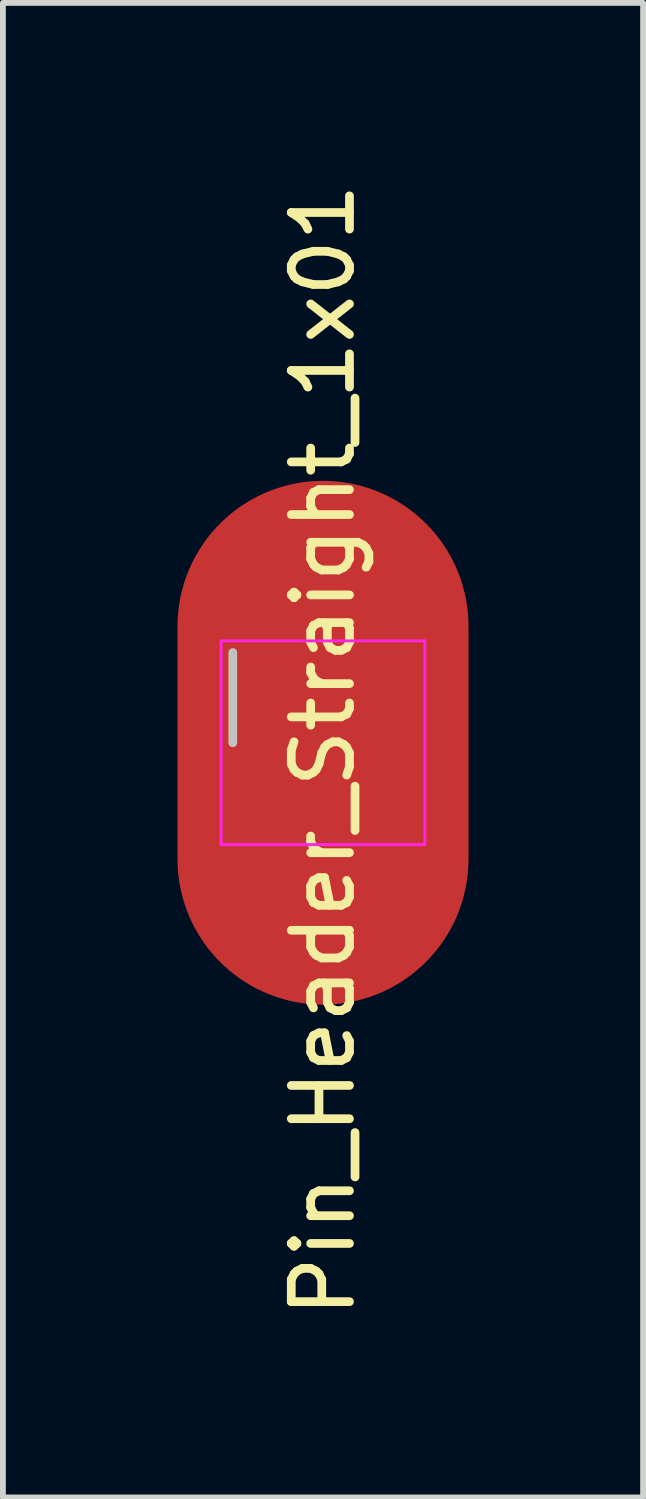
<source format=kicad_pcb>
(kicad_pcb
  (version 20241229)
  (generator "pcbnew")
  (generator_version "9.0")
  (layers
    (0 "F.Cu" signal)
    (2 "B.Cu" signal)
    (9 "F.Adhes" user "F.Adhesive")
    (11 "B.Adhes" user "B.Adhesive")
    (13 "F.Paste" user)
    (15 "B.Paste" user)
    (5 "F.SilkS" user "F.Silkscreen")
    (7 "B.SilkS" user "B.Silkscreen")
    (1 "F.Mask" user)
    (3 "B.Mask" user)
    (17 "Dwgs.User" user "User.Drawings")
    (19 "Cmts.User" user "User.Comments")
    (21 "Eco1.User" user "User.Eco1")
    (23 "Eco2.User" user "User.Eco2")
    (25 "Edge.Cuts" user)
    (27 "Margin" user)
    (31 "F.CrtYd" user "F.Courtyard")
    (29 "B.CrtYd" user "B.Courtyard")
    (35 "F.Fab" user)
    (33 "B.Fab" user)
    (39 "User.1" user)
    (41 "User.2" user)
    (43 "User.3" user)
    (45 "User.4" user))
  (footprint "Pin_Header_Straight_1x01"
    (layer "F.Cu")
    (at 2.5 9.712)
    (property "Reference" "Pin_Header_Straight_1x01" (at 0 0.127 90) (layer "F.SilkS") (effects (font (size 1 1) (thickness 0.15))))
    (attr through_hole)
    (fp_line (start -1.55 0) (end -1.55 -1.55) (stroke (width 0.15) (type solid)) (layer "Dwgs.User"))
    (fp_line (start -1.55 -1.55) (end 1.55 -1.55) (stroke (width 0.15) (type solid)) (layer "Eco1.User"))
    (fp_line (start -1.27 1.27) (end 1.27 1.27) (stroke (width 0.15) (type solid)) (layer "Eco1.User"))
    (fp_line (start 1.55 -1.55) (end 1.55 0) (stroke (width 0.15) (type solid)) (layer "Eco1.User"))
    (fp_line (start -1.75 -1.75) (end -1.75 1.75) (stroke (width 0.05) (type solid)) (layer "F.CrtYd"))
    (fp_line (start -1.75 -1.75) (end 1.75 -1.75) (stroke (width 0.05) (type solid)) (layer "F.CrtYd"))
    (fp_line (start -1.75 1.75) (end 1.75 1.75) (stroke (width 0.05) (type solid)) (layer "F.CrtYd"))
    (fp_line (start 1.75 -1.75) (end 1.75 1.75) (stroke (width 0.05) (type solid)) (layer "F.CrtYd"))
    (pad "1" smd oval (at 0 0) (size 5 9) (layers "F.Cu" "F.Mask" "F.Paste")))
  (gr_rect
    (start -3 -3)
    (end 8 22.679)
    (stroke (width 0.1) (type default))
    (fill no)
    (layer "Edge.Cuts")))
</source>
